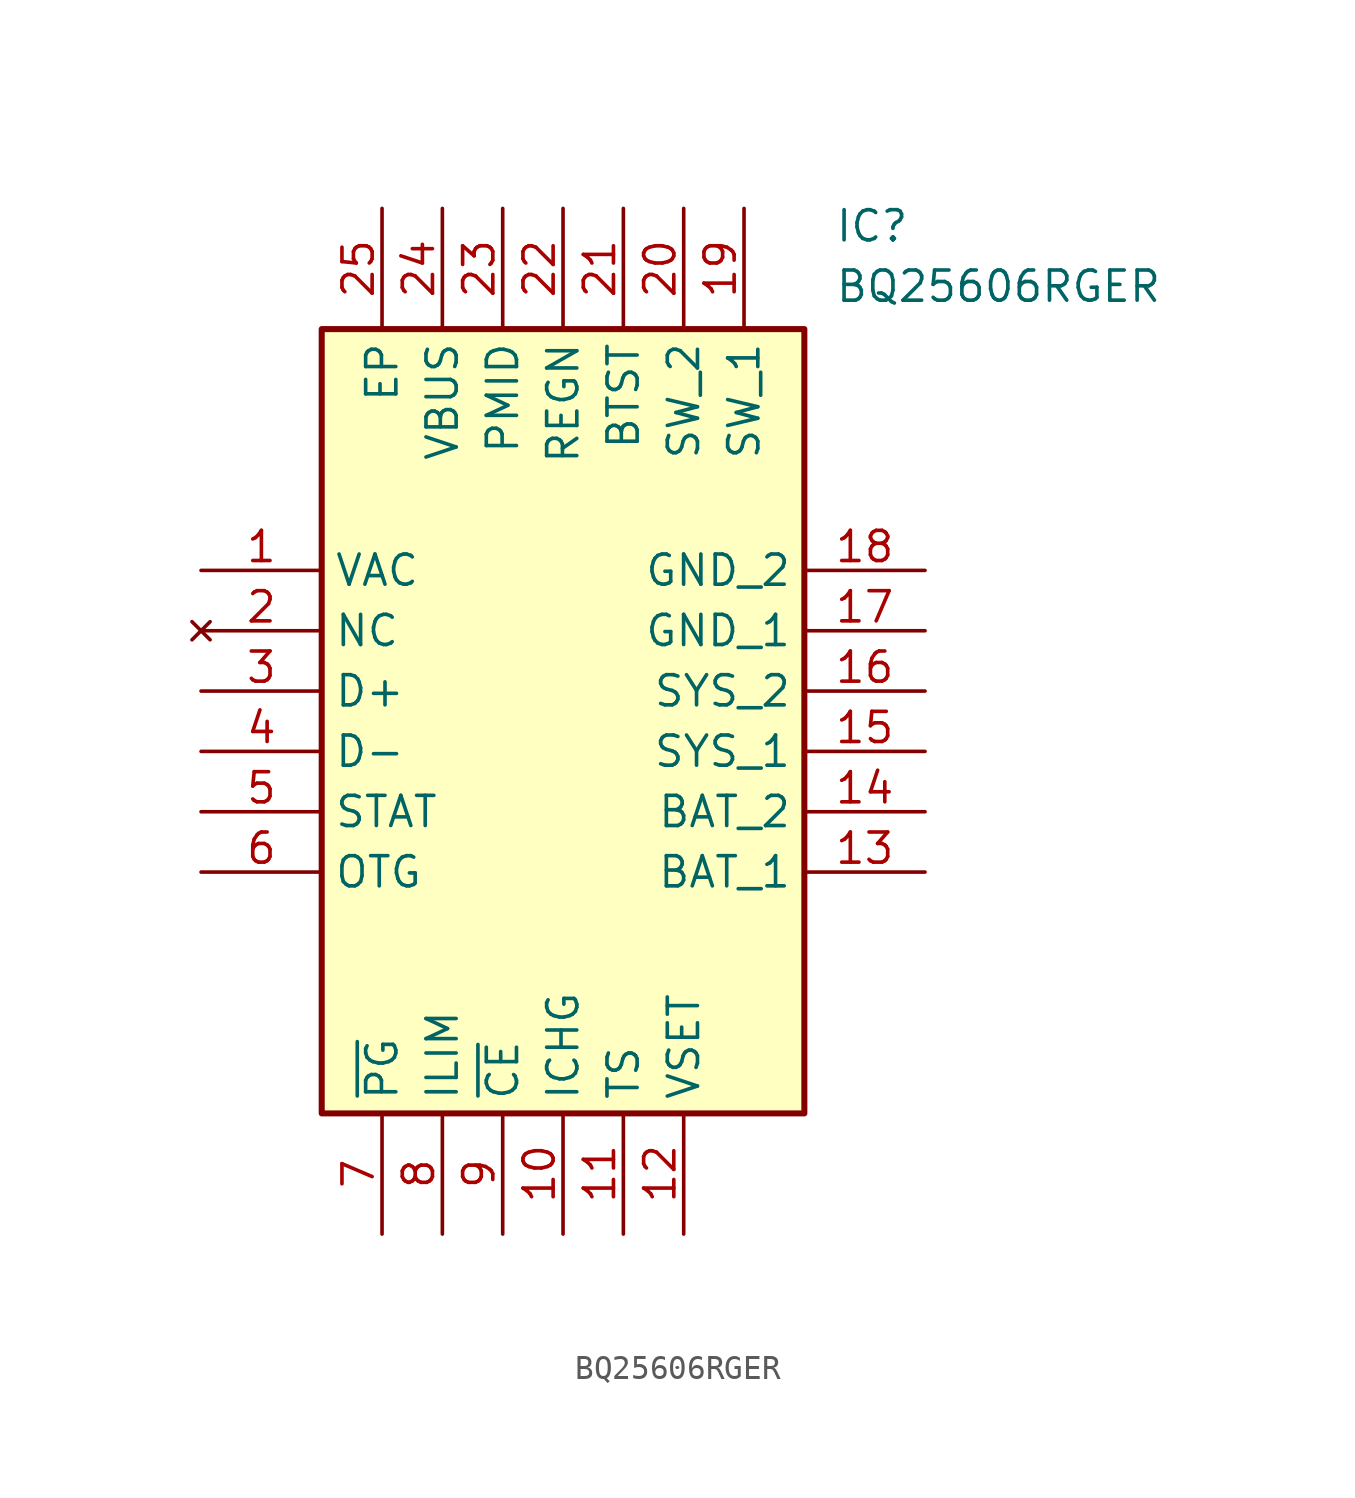
<source format=kicad_sym>
(kicad_symbol_lib
  (version 20211014)
  (generator SamacSys_ECAD_Model)
  (symbol "BQ25606RGER"
    (property "Reference" "IC"
      (at 26.67 15.24 0)
      (effects (font (size 1.27 1.27)) (justify left top)))
    (property "Value" "BQ25606RGER"
      (at 26.67 12.7 0)
      (effects (font (size 1.27 1.27)) (justify left top)))
    (rectangle
      (start 5.08 10.16)
      (end 25.4 -22.86)
      (stroke (width 0.254) (type default))
      (fill (type background)))
    (pin passive line
      (at 0 0 0)
      (length 5.08)
      (name "VAC" (effects (font (size 1.27 1.27))))
      (number "1" (effects (font (size 1.27 1.27)))))
    (pin no_connect line
      (at 0 -2.54 0)
      (length 5.08)
      (name "NC" (effects (font (size 1.27 1.27))))
      (number "2" (effects (font (size 1.27 1.27)))))
    (pin passive line
      (at 0 -5.08 0)
      (length 5.08)
      (name "D+" (effects (font (size 1.27 1.27))))
      (number "3" (effects (font (size 1.27 1.27)))))
    (pin passive line
      (at 0 -7.62 0)
      (length 5.08)
      (name "D-" (effects (font (size 1.27 1.27))))
      (number "4" (effects (font (size 1.27 1.27)))))
    (pin passive line
      (at 0 -10.16 0)
      (length 5.08)
      (name "STAT" (effects (font (size 1.27 1.27))))
      (number "5" (effects (font (size 1.27 1.27)))))
    (pin passive line
      (at 0 -12.7 0)
      (length 5.08)
      (name "OTG" (effects (font (size 1.27 1.27))))
      (number "6" (effects (font (size 1.27 1.27)))))
    (pin passive line
      (at 7.62 -27.94 90)
      (length 5.08)
      (name "~{PG}" (effects (font (size 1.27 1.27))))
      (number "7" (effects (font (size 1.27 1.27)))))
    (pin passive line
      (at 10.16 -27.94 90)
      (length 5.08)
      (name "ILIM" (effects (font (size 1.27 1.27))))
      (number "8" (effects (font (size 1.27 1.27)))))
    (pin passive line
      (at 12.7 -27.94 90)
      (length 5.08)
      (name "~{CE}" (effects (font (size 1.27 1.27))))
      (number "9" (effects (font (size 1.27 1.27)))))
    (pin passive line
      (at 15.24 -27.94 90)
      (length 5.08)
      (name "ICHG" (effects (font (size 1.27 1.27))))
      (number "10" (effects (font (size 1.27 1.27)))))
    (pin passive line
      (at 17.78 -27.94 90)
      (length 5.08)
      (name "TS" (effects (font (size 1.27 1.27))))
      (number "11" (effects (font (size 1.27 1.27)))))
    (pin passive line
      (at 20.32 -27.94 90)
      (length 5.08)
      (name "VSET" (effects (font (size 1.27 1.27))))
      (number "12" (effects (font (size 1.27 1.27)))))
    (pin passive line
      (at 30.48 0 180)
      (length 5.08)
      (name "GND_2" (effects (font (size 1.27 1.27))))
      (number "18" (effects (font (size 1.27 1.27)))))
    (pin passive line
      (at 30.48 -2.54 180)
      (length 5.08)
      (name "GND_1" (effects (font (size 1.27 1.27))))
      (number "17" (effects (font (size 1.27 1.27)))))
    (pin passive line
      (at 30.48 -5.08 180)
      (length 5.08)
      (name "SYS_2" (effects (font (size 1.27 1.27))))
      (number "16" (effects (font (size 1.27 1.27)))))
    (pin passive line
      (at 30.48 -7.62 180)
      (length 5.08)
      (name "SYS_1" (effects (font (size 1.27 1.27))))
      (number "15" (effects (font (size 1.27 1.27)))))
    (pin passive line
      (at 30.48 -10.16 180)
      (length 5.08)
      (name "BAT_2" (effects (font (size 1.27 1.27))))
      (number "14" (effects (font (size 1.27 1.27)))))
    (pin passive line
      (at 30.48 -12.7 180)
      (length 5.08)
      (name "BAT_1" (effects (font (size 1.27 1.27))))
      (number "13" (effects (font (size 1.27 1.27)))))
    (pin passive line
      (at 7.62 15.24 270)
      (length 5.08)
      (name "EP" (effects (font (size 1.27 1.27))))
      (number "25" (effects (font (size 1.27 1.27)))))
    (pin passive line
      (at 10.16 15.24 270)
      (length 5.08)
      (name "VBUS" (effects (font (size 1.27 1.27))))
      (number "24" (effects (font (size 1.27 1.27)))))
    (pin passive line
      (at 12.7 15.24 270)
      (length 5.08)
      (name "PMID" (effects (font (size 1.27 1.27))))
      (number "23" (effects (font (size 1.27 1.27)))))
    (pin passive line
      (at 15.24 15.24 270)
      (length 5.08)
      (name "REGN" (effects (font (size 1.27 1.27))))
      (number "22" (effects (font (size 1.27 1.27)))))
    (pin passive line
      (at 17.78 15.24 270)
      (length 5.08)
      (name "BTST" (effects (font (size 1.27 1.27))))
      (number "21" (effects (font (size 1.27 1.27)))))
    (pin passive line
      (at 20.32 15.24 270)
      (length 5.08)
      (name "SW_2" (effects (font (size 1.27 1.27))))
      (number "20" (effects (font (size 1.27 1.27)))))
    (pin passive line
      (at 22.86 15.24 270)
      (length 5.08)
      (name "SW_1" (effects (font (size 1.27 1.27))))
      (number "19" (effects (font (size 1.27 1.27)))))))
</source>
